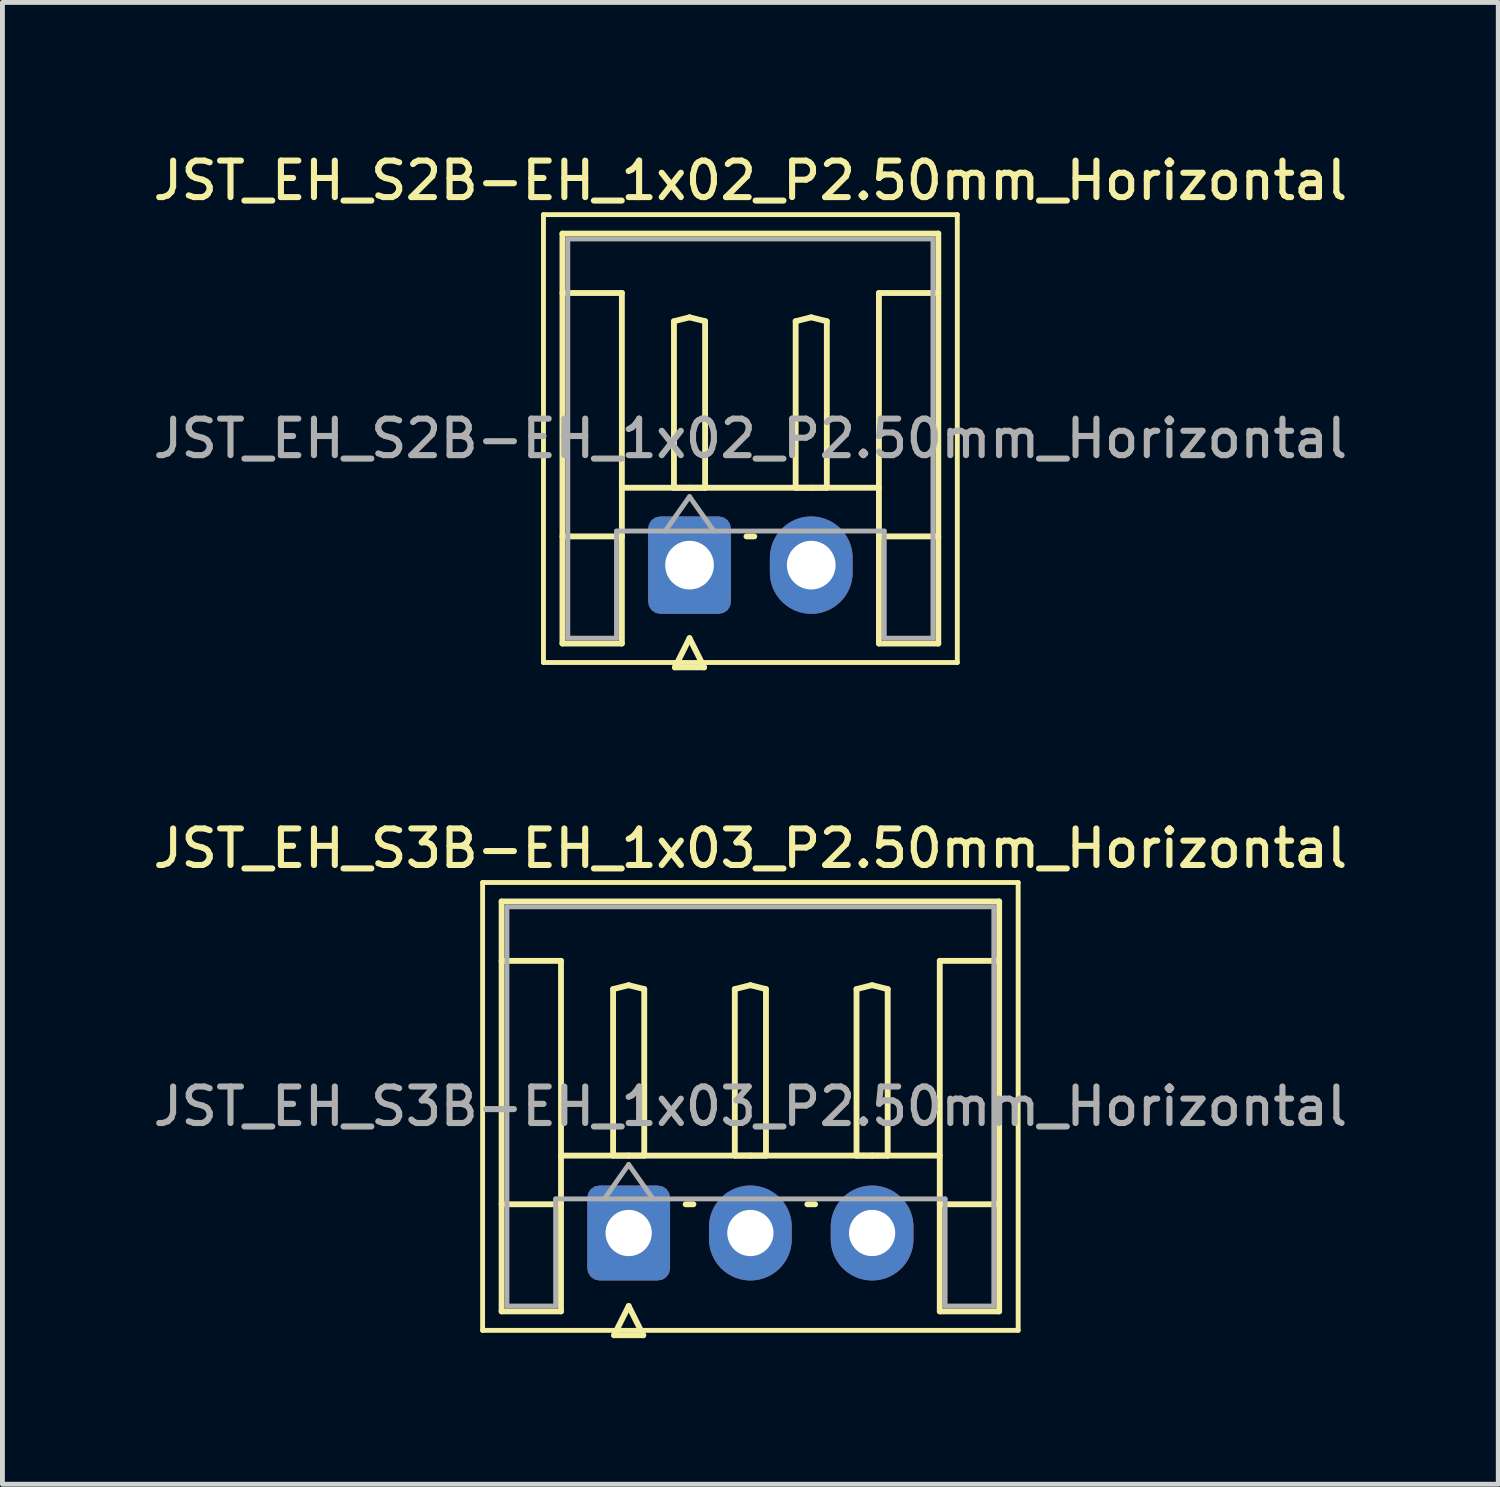
<source format=kicad_pcb>
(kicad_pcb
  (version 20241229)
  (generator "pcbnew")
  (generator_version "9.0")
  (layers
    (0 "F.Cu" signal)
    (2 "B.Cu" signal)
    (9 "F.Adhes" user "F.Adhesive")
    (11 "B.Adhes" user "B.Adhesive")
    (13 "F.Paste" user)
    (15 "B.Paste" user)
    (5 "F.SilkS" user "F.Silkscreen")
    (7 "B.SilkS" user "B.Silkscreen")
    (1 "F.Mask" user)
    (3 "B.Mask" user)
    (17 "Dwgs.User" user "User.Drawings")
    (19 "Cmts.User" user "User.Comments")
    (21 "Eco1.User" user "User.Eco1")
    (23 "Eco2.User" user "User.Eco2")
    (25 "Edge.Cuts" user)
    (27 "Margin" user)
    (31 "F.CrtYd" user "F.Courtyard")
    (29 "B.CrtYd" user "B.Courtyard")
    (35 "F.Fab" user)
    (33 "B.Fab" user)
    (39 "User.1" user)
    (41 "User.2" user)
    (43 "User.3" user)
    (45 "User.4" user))
  (footprint "JST_EH_S3B-EH_1x03_P2.50mm_Horizontal"
    (layer "F.Cu")
    (at 9.863 22.276)
    (property "Reference" "JST_EH_S3B-EH_1x03_P2.50mm_Horizontal" (at 2.5 -7.9 0) (layer "F.SilkS") (effects (font (size 0.75 0.75) (thickness 0.125))))
    (attr through_hole)
    (fp_line (start -3 -7.2) (end -3 2) (stroke (width 0.1) (type solid)) (layer "F.SilkS"))
    (fp_line (start -3 2) (end 8 2) (stroke (width 0.1) (type solid)) (layer "F.SilkS"))
    (fp_line (start -2.61 -6.81) (end 7.61 -6.81) (stroke (width 0.12) (type solid)) (layer "F.SilkS"))
    (fp_line (start -2.61 -5.59) (end -1.39 -5.59) (stroke (width 0.12) (type solid)) (layer "F.SilkS"))
    (fp_line (start -2.61 1.61) (end -2.61 -6.81) (stroke (width 0.12) (type solid)) (layer "F.SilkS"))
    (fp_line (start -1.39 -5.59) (end -1.39 -0.59) (stroke (width 0.12) (type solid)) (layer "F.SilkS"))
    (fp_line (start -1.39 -1.59) (end 6.39 -1.59) (stroke (width 0.12) (type solid)) (layer "F.SilkS"))
    (fp_line (start -1.39 -0.59) (end -2.61 -0.59) (stroke (width 0.12) (type solid)) (layer "F.SilkS"))
    (fp_line (start -1.39 -0.59) (end -1.39 1.61) (stroke (width 0.12) (type solid)) (layer "F.SilkS"))
    (fp_line (start -1.39 1.61) (end -2.61 1.61) (stroke (width 0.12) (type solid)) (layer "F.SilkS"))
    (fp_line (start -0.32 -5.01) (end 0 -5.09) (stroke (width 0.12) (type solid)) (layer "F.SilkS"))
    (fp_line (start -0.32 -1.59) (end -0.32 -5.01) (stroke (width 0.12) (type solid)) (layer "F.SilkS"))
    (fp_line (start -0.3 2.1) (end 0.3 2.1) (stroke (width 0.12) (type solid)) (layer "F.SilkS"))
    (fp_line (start 0 -5.09) (end 0.32 -5.01) (stroke (width 0.12) (type solid)) (layer "F.SilkS"))
    (fp_line (start 0 -1.59) (end -0.32 -1.59) (stroke (width 0.12) (type solid)) (layer "F.SilkS"))
    (fp_line (start 0 1.5) (end -0.3 2.1) (stroke (width 0.12) (type solid)) (layer "F.SilkS"))
    (fp_line (start 0.3 2.1) (end 0 1.5) (stroke (width 0.12) (type solid)) (layer "F.SilkS"))
    (fp_line (start 0.32 -5.01) (end 0.32 -1.59) (stroke (width 0.12) (type solid)) (layer "F.SilkS"))
    (fp_line (start 0.32 -1.59) (end 0 -1.59) (stroke (width 0.12) (type solid)) (layer "F.SilkS"))
    (fp_line (start 1.17 -0.59) (end 1.33 -0.59) (stroke (width 0.12) (type solid)) (layer "F.SilkS"))
    (fp_line (start 2.18 -5.01) (end 2.5 -5.09) (stroke (width 0.12) (type solid)) (layer "F.SilkS"))
    (fp_line (start 2.18 -1.59) (end 2.18 -5.01) (stroke (width 0.12) (type solid)) (layer "F.SilkS"))
    (fp_line (start 2.5 -5.09) (end 2.82 -5.01) (stroke (width 0.12) (type solid)) (layer "F.SilkS"))
    (fp_line (start 2.5 -1.59) (end 2.18 -1.59) (stroke (width 0.12) (type solid)) (layer "F.SilkS"))
    (fp_line (start 2.82 -5.01) (end 2.82 -1.59) (stroke (width 0.12) (type solid)) (layer "F.SilkS"))
    (fp_line (start 2.82 -1.59) (end 2.5 -1.59) (stroke (width 0.12) (type solid)) (layer "F.SilkS"))
    (fp_line (start 3.67 -0.59) (end 3.83 -0.59) (stroke (width 0.12) (type solid)) (layer "F.SilkS"))
    (fp_line (start 4.68 -5.01) (end 5 -5.09) (stroke (width 0.12) (type solid)) (layer "F.SilkS"))
    (fp_line (start 4.68 -1.59) (end 4.68 -5.01) (stroke (width 0.12) (type solid)) (layer "F.SilkS"))
    (fp_line (start 5 -5.09) (end 5.32 -5.01) (stroke (width 0.12) (type solid)) (layer "F.SilkS"))
    (fp_line (start 5 -1.59) (end 4.68 -1.59) (stroke (width 0.12) (type solid)) (layer "F.SilkS"))
    (fp_line (start 5.32 -5.01) (end 5.32 -1.59) (stroke (width 0.12) (type solid)) (layer "F.SilkS"))
    (fp_line (start 5.32 -1.59) (end 5 -1.59) (stroke (width 0.12) (type solid)) (layer "F.SilkS"))
    (fp_line (start 6.39 -5.59) (end 6.39 -0.59) (stroke (width 0.12) (type solid)) (layer "F.SilkS"))
    (fp_line (start 6.39 -0.59) (end 7.61 -0.59) (stroke (width 0.12) (type solid)) (layer "F.SilkS"))
    (fp_line (start 6.39 1.61) (end 6.39 -0.59) (stroke (width 0.12) (type solid)) (layer "F.SilkS"))
    (fp_line (start 7.61 -6.81) (end 7.61 1.61) (stroke (width 0.12) (type solid)) (layer "F.SilkS"))
    (fp_line (start 7.61 -5.59) (end 6.39 -5.59) (stroke (width 0.12) (type solid)) (layer "F.SilkS"))
    (fp_line (start 7.61 1.61) (end 6.39 1.61) (stroke (width 0.12) (type solid)) (layer "F.SilkS"))
    (fp_line (start 8 -7.2) (end -3 -7.2) (stroke (width 0.1) (type solid)) (layer "F.SilkS"))
    (fp_line (start 8 2) (end 8 -7.2) (stroke (width 0.1) (type solid)) (layer "F.SilkS"))
    (fp_line (start -2.5 -6.7) (end 7.5 -6.7) (stroke (width 0.1) (type solid)) (layer "F.Fab"))
    (fp_line (start -2.5 1.5) (end -2.5 -6.7) (stroke (width 0.1) (type solid)) (layer "F.Fab"))
    (fp_line (start -1.5 -0.7) (end -1.5 1.5) (stroke (width 0.1) (type solid)) (layer "F.Fab"))
    (fp_line (start -1.5 1.5) (end -2.5 1.5) (stroke (width 0.1) (type solid)) (layer "F.Fab"))
    (fp_line (start -0.5 -0.7) (end 0 -1.407) (stroke (width 0.1) (type solid)) (layer "F.Fab"))
    (fp_line (start 0 -1.407) (end 0.5 -0.7) (stroke (width 0.1) (type solid)) (layer "F.Fab"))
    (fp_line (start 6.5 -0.7) (end -1.5 -0.7) (stroke (width 0.1) (type solid)) (layer "F.Fab"))
    (fp_line (start 6.5 1.5) (end 6.5 -0.7) (stroke (width 0.1) (type solid)) (layer "F.Fab"))
    (fp_line (start 7.5 -6.7) (end 7.5 1.5) (stroke (width 0.1) (type solid)) (layer "F.Fab"))
    (fp_line (start 7.5 1.5) (end 6.5 1.5) (stroke (width 0.1) (type solid)) (layer "F.Fab"))
    (fp_text user "${REFERENCE}" (at 2.5 -2.6 0) (layer "F.Fab") (effects (font (size 0.75 0.75) (thickness 0.125))))
    (pad "1" thru_hole roundrect (at 0 0) (size 1.7 1.95) (drill 0.95) (layers "*.Cu" "*.Mask") (roundrect_rratio 0.147))
    (pad "2" thru_hole oval (at 2.5 0) (size 1.7 1.95) (drill 0.95) (layers "*.Cu" "*.Mask"))
    (pad "3" thru_hole oval (at 5 0) (size 1.7 1.95) (drill 0.95) (layers "*.Cu" "*.Mask")))
  (footprint "JST_EH_S2B-EH_1x02_P2.50mm_Horizontal"
    (layer "F.Cu")
    (at 11.113 8.558)
    (property "Reference" "JST_EH_S2B-EH_1x02_P2.50mm_Horizontal" (at 1.25 -7.9 0) (layer "F.SilkS") (effects (font (size 0.75 0.75) (thickness 0.125))))
    (attr through_hole)
    (fp_line (start -3 -7.2) (end -3 2) (stroke (width 0.1) (type solid)) (layer "F.SilkS"))
    (fp_line (start -3 2) (end 5.5 2) (stroke (width 0.1) (type solid)) (layer "F.SilkS"))
    (fp_line (start -2.61 -6.81) (end 5.11 -6.81) (stroke (width 0.12) (type solid)) (layer "F.SilkS"))
    (fp_line (start -2.61 -5.59) (end -1.39 -5.59) (stroke (width 0.12) (type solid)) (layer "F.SilkS"))
    (fp_line (start -2.61 1.61) (end -2.61 -6.81) (stroke (width 0.12) (type solid)) (layer "F.SilkS"))
    (fp_line (start -1.39 -5.59) (end -1.39 -0.59) (stroke (width 0.12) (type solid)) (layer "F.SilkS"))
    (fp_line (start -1.39 -1.59) (end 3.89 -1.59) (stroke (width 0.12) (type solid)) (layer "F.SilkS"))
    (fp_line (start -1.39 -0.59) (end -2.61 -0.59) (stroke (width 0.12) (type solid)) (layer "F.SilkS"))
    (fp_line (start -1.39 -0.59) (end -1.39 1.61) (stroke (width 0.12) (type solid)) (layer "F.SilkS"))
    (fp_line (start -1.39 1.61) (end -2.61 1.61) (stroke (width 0.12) (type solid)) (layer "F.SilkS"))
    (fp_line (start -0.32 -5.01) (end 0 -5.09) (stroke (width 0.12) (type solid)) (layer "F.SilkS"))
    (fp_line (start -0.32 -1.59) (end -0.32 -5.01) (stroke (width 0.12) (type solid)) (layer "F.SilkS"))
    (fp_line (start -0.3 2.1) (end 0.3 2.1) (stroke (width 0.12) (type solid)) (layer "F.SilkS"))
    (fp_line (start 0 -5.09) (end 0.32 -5.01) (stroke (width 0.12) (type solid)) (layer "F.SilkS"))
    (fp_line (start 0 -1.59) (end -0.32 -1.59) (stroke (width 0.12) (type solid)) (layer "F.SilkS"))
    (fp_line (start 0 1.5) (end -0.3 2.1) (stroke (width 0.12) (type solid)) (layer "F.SilkS"))
    (fp_line (start 0.3 2.1) (end 0 1.5) (stroke (width 0.12) (type solid)) (layer "F.SilkS"))
    (fp_line (start 0.32 -5.01) (end 0.32 -1.59) (stroke (width 0.12) (type solid)) (layer "F.SilkS"))
    (fp_line (start 0.32 -1.59) (end 0 -1.59) (stroke (width 0.12) (type solid)) (layer "F.SilkS"))
    (fp_line (start 1.17 -0.59) (end 1.33 -0.59) (stroke (width 0.12) (type solid)) (layer "F.SilkS"))
    (fp_line (start 2.18 -5.01) (end 2.5 -5.09) (stroke (width 0.12) (type solid)) (layer "F.SilkS"))
    (fp_line (start 2.18 -1.59) (end 2.18 -5.01) (stroke (width 0.12) (type solid)) (layer "F.SilkS"))
    (fp_line (start 2.5 -5.09) (end 2.82 -5.01) (stroke (width 0.12) (type solid)) (layer "F.SilkS"))
    (fp_line (start 2.5 -1.59) (end 2.18 -1.59) (stroke (width 0.12) (type solid)) (layer "F.SilkS"))
    (fp_line (start 2.82 -5.01) (end 2.82 -1.59) (stroke (width 0.12) (type solid)) (layer "F.SilkS"))
    (fp_line (start 2.82 -1.59) (end 2.5 -1.59) (stroke (width 0.12) (type solid)) (layer "F.SilkS"))
    (fp_line (start 3.89 -5.59) (end 3.89 -0.59) (stroke (width 0.12) (type solid)) (layer "F.SilkS"))
    (fp_line (start 3.89 -0.59) (end 5.11 -0.59) (stroke (width 0.12) (type solid)) (layer "F.SilkS"))
    (fp_line (start 3.89 1.61) (end 3.89 -0.59) (stroke (width 0.12) (type solid)) (layer "F.SilkS"))
    (fp_line (start 5.11 -6.81) (end 5.11 1.61) (stroke (width 0.12) (type solid)) (layer "F.SilkS"))
    (fp_line (start 5.11 -5.59) (end 3.89 -5.59) (stroke (width 0.12) (type solid)) (layer "F.SilkS"))
    (fp_line (start 5.11 1.61) (end 3.89 1.61) (stroke (width 0.12) (type solid)) (layer "F.SilkS"))
    (fp_line (start 5.5 -7.2) (end -3 -7.2) (stroke (width 0.1) (type solid)) (layer "F.SilkS"))
    (fp_line (start 5.5 2) (end 5.5 -7.2) (stroke (width 0.1) (type solid)) (layer "F.SilkS"))
    (fp_line (start -2.5 -6.7) (end 5 -6.7) (stroke (width 0.1) (type solid)) (layer "F.Fab"))
    (fp_line (start -2.5 1.5) (end -2.5 -6.7) (stroke (width 0.1) (type solid)) (layer "F.Fab"))
    (fp_line (start -1.5 -0.7) (end -1.5 1.5) (stroke (width 0.1) (type solid)) (layer "F.Fab"))
    (fp_line (start -1.5 1.5) (end -2.5 1.5) (stroke (width 0.1) (type solid)) (layer "F.Fab"))
    (fp_line (start -0.5 -0.7) (end 0 -1.407) (stroke (width 0.1) (type solid)) (layer "F.Fab"))
    (fp_line (start 0 -1.407) (end 0.5 -0.7) (stroke (width 0.1) (type solid)) (layer "F.Fab"))
    (fp_line (start 4 -0.7) (end -1.5 -0.7) (stroke (width 0.1) (type solid)) (layer "F.Fab"))
    (fp_line (start 4 1.5) (end 4 -0.7) (stroke (width 0.1) (type solid)) (layer "F.Fab"))
    (fp_line (start 5 -6.7) (end 5 1.5) (stroke (width 0.1) (type solid)) (layer "F.Fab"))
    (fp_line (start 5 1.5) (end 4 1.5) (stroke (width 0.1) (type solid)) (layer "F.Fab"))
    (fp_text user "${REFERENCE}" (at 1.25 -2.6 0) (layer "F.Fab") (effects (font (size 0.75 0.75) (thickness 0.125))))
    (pad "1" thru_hole roundrect (at 0 0) (size 1.7 2) (drill 1) (layers "*.Cu" "*.Mask") (roundrect_rratio 0.147))
    (pad "2" thru_hole oval (at 2.5 0) (size 1.7 2) (drill 1) (layers "*.Cu" "*.Mask")))
  (gr_rect
    (start -3 -3)
    (end 27.725 27.436)
    (stroke (width 0.1) (type default))
    (fill no)
    (layer "Edge.Cuts")))
</source>
